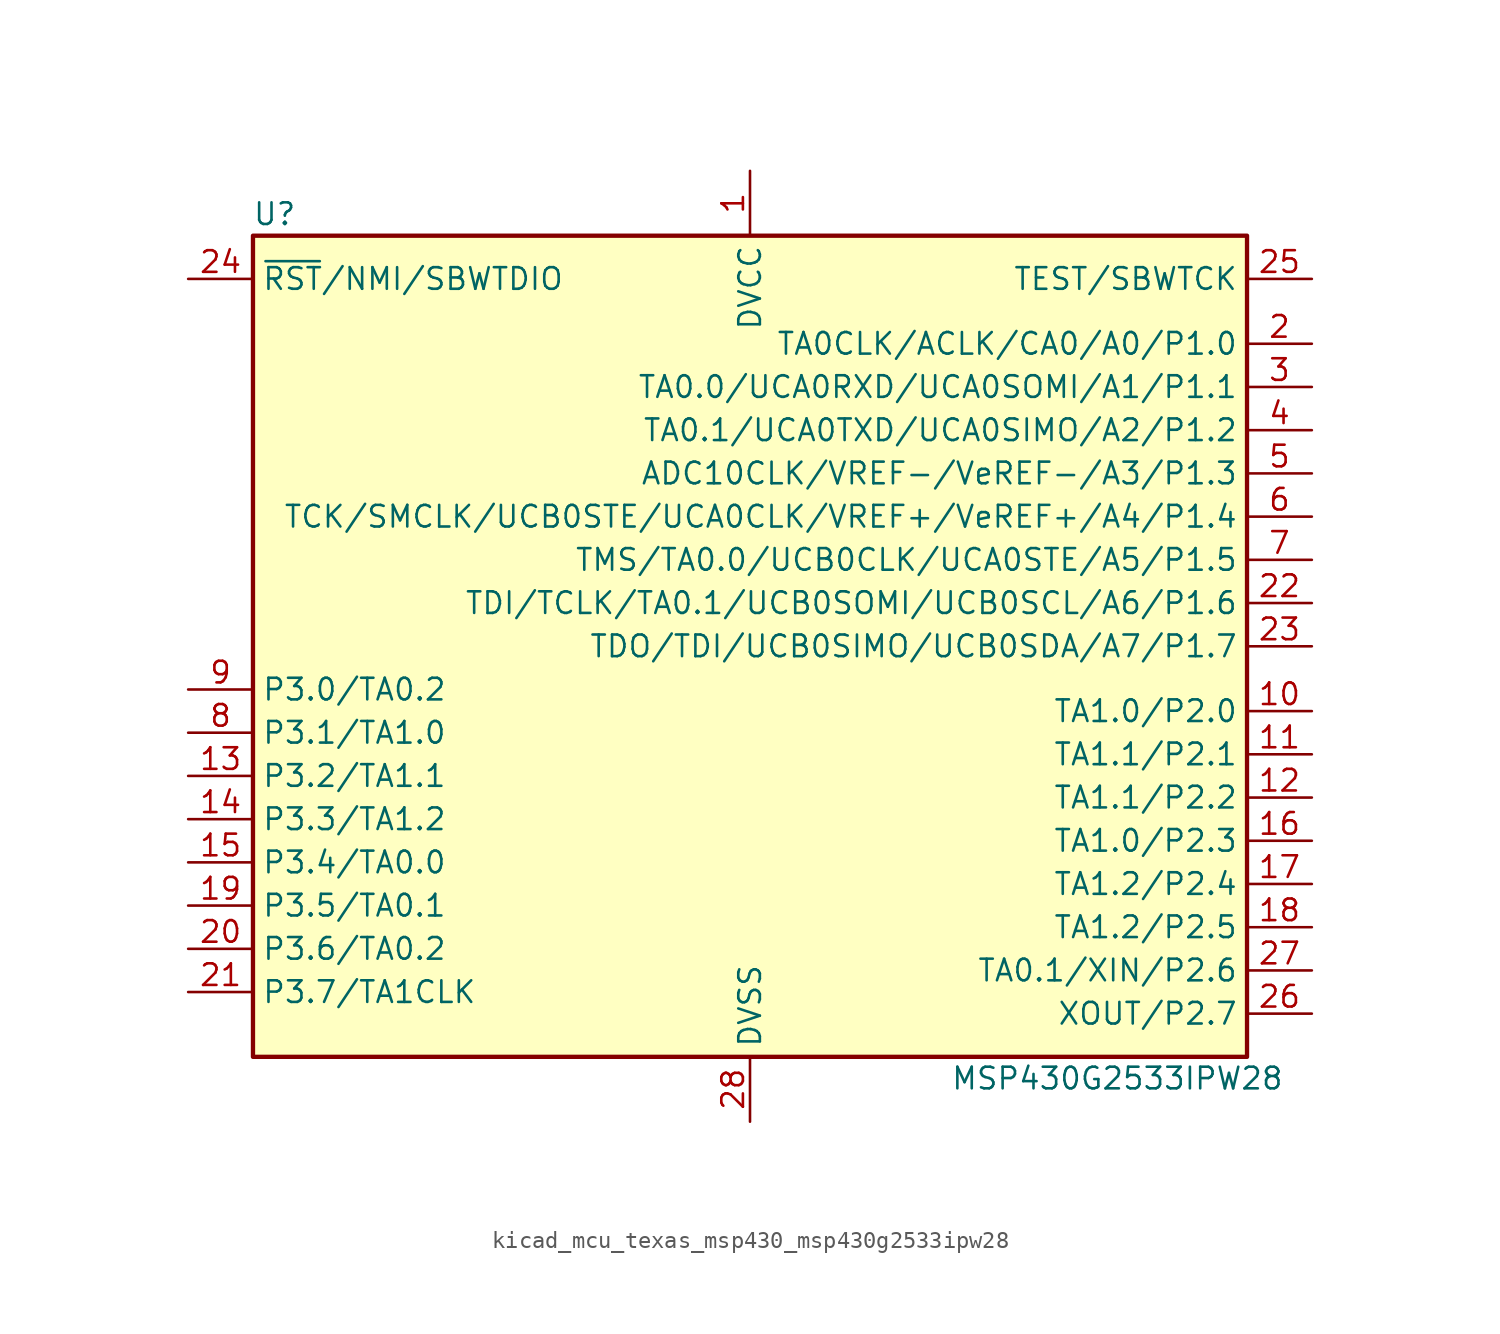
<source format=kicad_sym>
(kicad_symbol_lib
  (version 20220914)
  (generator kicad_symbol_editor)
  (symbol "kicad_mcu_texas_msp430_msp430g2533ipw28"
    (property "Reference" "U"
      (at -27.94 25.4 0)
      (effects (font (size 1.27 1.27))))
    (property "Value" "MSP430G2533IPW28"
      (at 21.59 -25.4 0)
      (effects (font (size 1.27 1.27))))
    (symbol "kicad_mcu_texas_msp430_msp430g2533ipw28_0_1"
      (rectangle (start -29.21 24.13) (end 29.21 -24.13) (stroke (width 0.254) (type default)) (fill (type background))))
    (symbol "kicad_mcu_texas_msp430_msp430g2533ipw28_1_1"
      (pin power_in line (at 0 27.94 270) (length 3.81) (name "DVCC" (effects (font (size 1.27 1.27)))) (number "1" (effects (font (size 1.27 1.27)))))
      (pin bidirectional line (at 33.02 -3.81 180) (length 3.81) (name "TA1.0/P2.0" (effects (font (size 1.27 1.27)))) (number "10" (effects (font (size 1.27 1.27)))))
      (pin bidirectional line (at 33.02 -6.35 180) (length 3.81) (name "TA1.1/P2.1" (effects (font (size 1.27 1.27)))) (number "11" (effects (font (size 1.27 1.27)))))
      (pin bidirectional line (at 33.02 -8.89 180) (length 3.81) (name "TA1.1/P2.2" (effects (font (size 1.27 1.27)))) (number "12" (effects (font (size 1.27 1.27)))))
      (pin bidirectional line (at -33.02 -7.62 0) (length 3.81) (name "P3.2/TA1.1" (effects (font (size 1.27 1.27)))) (number "13" (effects (font (size 1.27 1.27)))))
      (pin bidirectional line (at -33.02 -10.16 0) (length 3.81) (name "P3.3/TA1.2" (effects (font (size 1.27 1.27)))) (number "14" (effects (font (size 1.27 1.27)))))
      (pin bidirectional line (at -33.02 -12.7 0) (length 3.81) (name "P3.4/TA0.0" (effects (font (size 1.27 1.27)))) (number "15" (effects (font (size 1.27 1.27)))))
      (pin bidirectional line (at 33.02 -11.43 180) (length 3.81) (name "TA1.0/P2.3" (effects (font (size 1.27 1.27)))) (number "16" (effects (font (size 1.27 1.27)))))
      (pin bidirectional line (at 33.02 -13.97 180) (length 3.81) (name "TA1.2/P2.4" (effects (font (size 1.27 1.27)))) (number "17" (effects (font (size 1.27 1.27)))))
      (pin bidirectional line (at 33.02 -16.51 180) (length 3.81) (name "TA1.2/P2.5" (effects (font (size 1.27 1.27)))) (number "18" (effects (font (size 1.27 1.27)))))
      (pin bidirectional line (at -33.02 -15.24 0) (length 3.81) (name "P3.5/TA0.1" (effects (font (size 1.27 1.27)))) (number "19" (effects (font (size 1.27 1.27)))))
      (pin bidirectional line (at 33.02 17.78 180) (length 3.81) (name "TA0CLK/ACLK/CA0/A0/P1.0" (effects (font (size 1.27 1.27)))) (number "2" (effects (font (size 1.27 1.27)))))
      (pin bidirectional line (at -33.02 -17.78 0) (length 3.81) (name "P3.6/TA0.2" (effects (font (size 1.27 1.27)))) (number "20" (effects (font (size 1.27 1.27)))))
      (pin bidirectional line (at -33.02 -20.32 0) (length 3.81) (name "P3.7/TA1CLK" (effects (font (size 1.27 1.27)))) (number "21" (effects (font (size 1.27 1.27)))))
      (pin bidirectional line (at 33.02 2.54 180) (length 3.81) (name "TDI/TCLK/TA0.1/UCB0SOMI/UCB0SCL/A6/P1.6" (effects (font (size 1.27 1.27)))) (number "22" (effects (font (size 1.27 1.27)))))
      (pin bidirectional line (at 33.02 0 180) (length 3.81) (name "TDO/TDI/UCB0SIMO/UCB0SDA/A7/P1.7" (effects (font (size 1.27 1.27)))) (number "23" (effects (font (size 1.27 1.27)))))
      (pin input line (at -33.02 21.59 0) (length 3.81) (name "~{RST}/NMI/SBWTDIO" (effects (font (size 1.27 1.27)))) (number "24" (effects (font (size 1.27 1.27)))))
      (pin input line (at 33.02 21.59 180) (length 3.81) (name "TEST/SBWTCK" (effects (font (size 1.27 1.27)))) (number "25" (effects (font (size 1.27 1.27)))))
      (pin bidirectional line (at 33.02 -21.59 180) (length 3.81) (name "XOUT/P2.7" (effects (font (size 1.27 1.27)))) (number "26" (effects (font (size 1.27 1.27)))))
      (pin bidirectional line (at 33.02 -19.05 180) (length 3.81) (name "TA0.1/XIN/P2.6" (effects (font (size 1.27 1.27)))) (number "27" (effects (font (size 1.27 1.27)))))
      (pin power_in line (at 0 -27.94 90) (length 3.81) (name "DVSS" (effects (font (size 1.27 1.27)))) (number "28" (effects (font (size 1.27 1.27)))))
      (pin bidirectional line (at 33.02 15.24 180) (length 3.81) (name "TA0.0/UCA0RXD/UCA0SOMI/A1/P1.1" (effects (font (size 1.27 1.27)))) (number "3" (effects (font (size 1.27 1.27)))))
      (pin bidirectional line (at 33.02 12.7 180) (length 3.81) (name "TA0.1/UCA0TXD/UCA0SIMO/A2/P1.2" (effects (font (size 1.27 1.27)))) (number "4" (effects (font (size 1.27 1.27)))))
      (pin bidirectional line (at 33.02 10.16 180) (length 3.81) (name "ADC10CLK/VREF-/VeREF-/A3/P1.3" (effects (font (size 1.27 1.27)))) (number "5" (effects (font (size 1.27 1.27)))))
      (pin bidirectional line (at 33.02 7.62 180) (length 3.81) (name "TCK/SMCLK/UCB0STE/UCA0CLK/VREF+/VeREF+/A4/P1.4" (effects (font (size 1.27 1.27)))) (number "6" (effects (font (size 1.27 1.27)))))
      (pin bidirectional line (at 33.02 5.08 180) (length 3.81) (name "TMS/TA0.0/UCB0CLK/UCA0STE/A5/P1.5" (effects (font (size 1.27 1.27)))) (number "7" (effects (font (size 1.27 1.27)))))
      (pin bidirectional line (at -33.02 -5.08 0) (length 3.81) (name "P3.1/TA1.0" (effects (font (size 1.27 1.27)))) (number "8" (effects (font (size 1.27 1.27)))))
      (pin bidirectional line (at -33.02 -2.54 0) (length 3.81) (name "P3.0/TA0.2" (effects (font (size 1.27 1.27)))) (number "9" (effects (font (size 1.27 1.27))))))))
</source>
